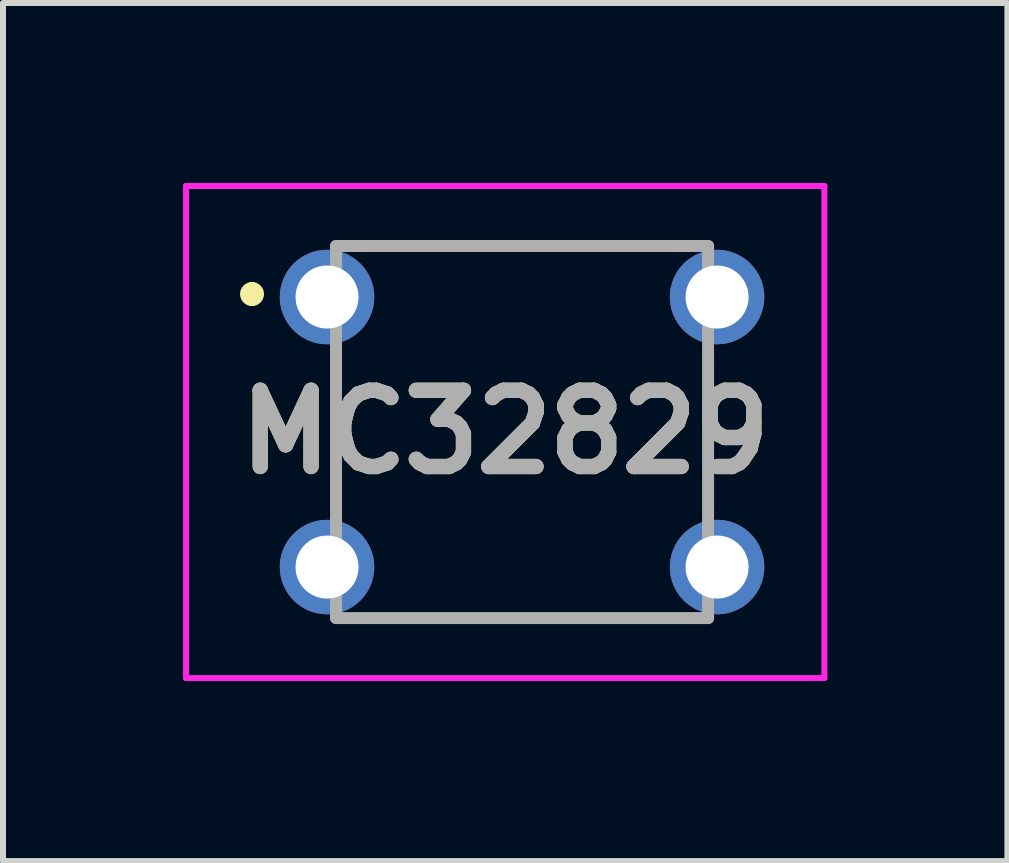
<source format=kicad_pcb>
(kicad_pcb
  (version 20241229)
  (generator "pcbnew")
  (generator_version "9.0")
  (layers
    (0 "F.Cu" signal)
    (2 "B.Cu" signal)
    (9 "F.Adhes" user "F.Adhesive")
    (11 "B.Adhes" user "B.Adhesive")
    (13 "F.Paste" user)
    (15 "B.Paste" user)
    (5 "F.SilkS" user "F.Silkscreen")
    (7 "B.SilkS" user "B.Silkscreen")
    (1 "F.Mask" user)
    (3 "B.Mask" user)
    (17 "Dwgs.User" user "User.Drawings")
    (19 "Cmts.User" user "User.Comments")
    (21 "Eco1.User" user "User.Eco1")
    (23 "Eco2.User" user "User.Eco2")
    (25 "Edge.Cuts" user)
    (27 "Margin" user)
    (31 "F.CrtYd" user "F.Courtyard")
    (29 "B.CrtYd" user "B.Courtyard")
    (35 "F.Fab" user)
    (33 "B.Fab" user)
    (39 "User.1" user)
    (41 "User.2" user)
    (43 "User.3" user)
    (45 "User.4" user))
  (footprint "MC32829"
    (layer "F.Cu")
    (at 5.369 4.15)
    (property "Reference" "MC32829" (at 0 0 0) (layer "F.SilkS") (effects (font (size 1.27 1.27) (thickness 0.254))))
    (attr through_hole)
    (fp_line (start -4.219 -2.4) (end -4.219 -2.4) (stroke (width 0.2) (type solid)) (layer "F.SilkS"))
    (fp_line (start -4.219 -2.2) (end -4.219 -2.2) (stroke (width 0.2) (type solid)) (layer "F.SilkS"))
    (fp_line (start -2.819 -1) (end -2.819 1) (stroke (width 0.1) (type solid)) (layer "F.SilkS"))
    (fp_line (start -2.219 -3.1) (end 2.781 -3.1) (stroke (width 0.1) (type solid)) (layer "F.SilkS"))
    (fp_line (start -2.219 3.1) (end 2.781 3.1) (stroke (width 0.1) (type solid)) (layer "F.SilkS"))
    (fp_line (start 3.381 -1) (end 3.381 1) (stroke (width 0.1) (type solid)) (layer "F.SilkS"))
    (fp_arc (start -4.219 -2.4) (mid -4.119 -2.3) (end -4.219 -2.2) (stroke (width 0.2) (type solid)) (layer "F.SilkS"))
    (fp_arc (start -4.219 -2.2) (mid -4.319 -2.3) (end -4.219 -2.4) (stroke (width 0.2) (type solid)) (layer "F.SilkS"))
    (fp_line (start -5.319 -4.1) (end 5.319 -4.1) (stroke (width 0.1) (type solid)) (layer "F.CrtYd"))
    (fp_line (start -5.319 4.1) (end -5.319 -4.1) (stroke (width 0.1) (type solid)) (layer "F.CrtYd"))
    (fp_line (start 5.319 -4.1) (end 5.319 4.1) (stroke (width 0.1) (type solid)) (layer "F.CrtYd"))
    (fp_line (start 5.319 4.1) (end -5.319 4.1) (stroke (width 0.1) (type solid)) (layer "F.CrtYd"))
    (fp_line (start -2.819 -3.1) (end 3.381 -3.1) (stroke (width 0.2) (type solid)) (layer "F.Fab"))
    (fp_line (start -2.819 3.1) (end -2.819 -3.1) (stroke (width 0.2) (type solid)) (layer "F.Fab"))
    (fp_line (start 3.381 -3.1) (end 3.381 3.1) (stroke (width 0.2) (type solid)) (layer "F.Fab"))
    (fp_line (start 3.381 3.1) (end -2.819 3.1) (stroke (width 0.2) (type solid)) (layer "F.Fab"))
    (fp_text user "${REFERENCE}" (at 0 0 0) (layer "F.Fab") (effects (font (size 1.27 1.27) (thickness 0.254))))
    (pad "1" thru_hole circle (at -2.969 -2.25) (size 1.575 1.575) (drill 1.05) (layers "*.Cu" "*.Mask"))
    (pad "2" thru_hole circle (at -2.969 2.25) (size 1.575 1.575) (drill 1.05) (layers "*.Cu" "*.Mask"))
    (pad "3" thru_hole circle (at 3.531 -2.25) (size 1.575 1.575) (drill 1.05) (layers "*.Cu" "*.Mask"))
    (pad "4" thru_hole circle (at 3.531 2.25) (size 1.575 1.575) (drill 1.05) (layers "*.Cu" "*.Mask")))
  (gr_rect
    (start -3 -3)
    (end 13.738 11.3)
    (stroke (width 0.1) (type default))
    (fill no)
    (layer "Edge.Cuts")))
</source>
